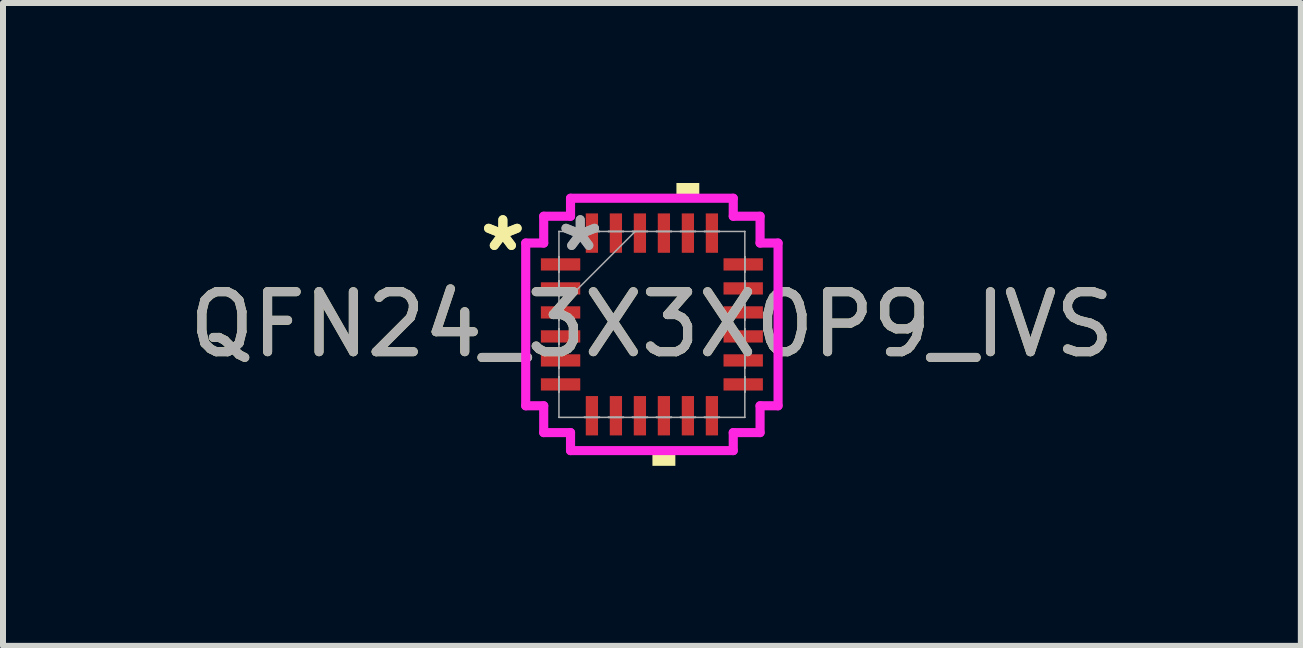
<source format=kicad_pcb>
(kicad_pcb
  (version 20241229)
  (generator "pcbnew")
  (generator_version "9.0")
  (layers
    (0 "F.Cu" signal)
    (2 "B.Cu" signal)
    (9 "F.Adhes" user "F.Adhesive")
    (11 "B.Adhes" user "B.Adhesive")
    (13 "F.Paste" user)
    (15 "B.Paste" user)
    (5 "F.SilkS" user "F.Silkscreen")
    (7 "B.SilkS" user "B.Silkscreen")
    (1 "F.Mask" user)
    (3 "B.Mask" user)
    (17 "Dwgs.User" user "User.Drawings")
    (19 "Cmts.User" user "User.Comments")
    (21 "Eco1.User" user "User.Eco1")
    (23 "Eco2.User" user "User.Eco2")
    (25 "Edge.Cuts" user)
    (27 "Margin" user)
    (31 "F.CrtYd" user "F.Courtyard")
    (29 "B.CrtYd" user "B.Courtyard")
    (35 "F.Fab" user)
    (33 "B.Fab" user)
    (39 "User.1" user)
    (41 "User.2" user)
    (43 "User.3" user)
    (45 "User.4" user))
  (footprint "QFN24_3X3X0P9_IVS"
    (layer "F.Cu")
    (at 7.815 2.357)
    (property "Reference" "QFN24_3X3X0P9_IVS" (at 0 0 0) (unlocked yes) (layer "F.SilkS") (effects (font (size 1 1) (thickness 0.15))))
    (attr smd)
    (fp_poly (pts (xy 0.009 2.103) (xy 0.009 2.357) (xy 0.391 2.357) (xy 0.391 2.103)) (stroke (width 0) (type solid)) (fill yes) (layer "F.SilkS"))
    (fp_poly (pts (xy 0.409 -2.103) (xy 0.409 -2.357) (xy 0.79 -2.357) (xy 0.79 -2.103)) (stroke (width 0) (type solid)) (fill yes) (layer "F.SilkS"))
    (fp_line (start -2.103 -1.356) (end -1.803 -1.356) (stroke (width 0.152) (type solid)) (layer "F.CrtYd"))
    (fp_line (start -2.103 1.356) (end -2.103 -1.356) (stroke (width 0.152) (type solid)) (layer "F.CrtYd"))
    (fp_line (start -1.803 -1.803) (end -1.356 -1.803) (stroke (width 0.152) (type solid)) (layer "F.CrtYd"))
    (fp_line (start -1.803 -1.356) (end -1.803 -1.803) (stroke (width 0.152) (type solid)) (layer "F.CrtYd"))
    (fp_line (start -1.803 1.356) (end -2.103 1.356) (stroke (width 0.152) (type solid)) (layer "F.CrtYd"))
    (fp_line (start -1.803 1.803) (end -1.803 1.356) (stroke (width 0.152) (type solid)) (layer "F.CrtYd"))
    (fp_line (start -1.356 -2.103) (end 1.356 -2.103) (stroke (width 0.152) (type solid)) (layer "F.CrtYd"))
    (fp_line (start -1.356 -1.803) (end -1.356 -2.103) (stroke (width 0.152) (type solid)) (layer "F.CrtYd"))
    (fp_line (start -1.356 1.803) (end -1.803 1.803) (stroke (width 0.152) (type solid)) (layer "F.CrtYd"))
    (fp_line (start -1.356 2.103) (end -1.356 1.803) (stroke (width 0.152) (type solid)) (layer "F.CrtYd"))
    (fp_line (start 1.356 -2.103) (end 1.356 -1.803) (stroke (width 0.152) (type solid)) (layer "F.CrtYd"))
    (fp_line (start 1.356 -1.803) (end 1.803 -1.803) (stroke (width 0.152) (type solid)) (layer "F.CrtYd"))
    (fp_line (start 1.356 1.803) (end 1.356 2.103) (stroke (width 0.152) (type solid)) (layer "F.CrtYd"))
    (fp_line (start 1.356 2.103) (end -1.356 2.103) (stroke (width 0.152) (type solid)) (layer "F.CrtYd"))
    (fp_line (start 1.803 -1.803) (end 1.803 -1.356) (stroke (width 0.152) (type solid)) (layer "F.CrtYd"))
    (fp_line (start 1.803 -1.356) (end 2.103 -1.356) (stroke (width 0.152) (type solid)) (layer "F.CrtYd"))
    (fp_line (start 1.803 1.356) (end 1.803 1.803) (stroke (width 0.152) (type solid)) (layer "F.CrtYd"))
    (fp_line (start 1.803 1.803) (end 1.356 1.803) (stroke (width 0.152) (type solid)) (layer "F.CrtYd"))
    (fp_line (start 2.103 -1.356) (end 2.103 1.356) (stroke (width 0.152) (type solid)) (layer "F.CrtYd"))
    (fp_line (start 2.103 1.356) (end 1.803 1.356) (stroke (width 0.152) (type solid)) (layer "F.CrtYd"))
    (fp_line (start -1.549 -1.549) (end -1.549 -1.549) (stroke (width 0.025) (type solid)) (layer "F.Fab"))
    (fp_line (start -1.549 -1.549) (end -1.549 1.549) (stroke (width 0.025) (type solid)) (layer "F.Fab"))
    (fp_line (start -1.549 -1.127) (end -1.549 -1.127) (stroke (width 0.025) (type solid)) (layer "F.Fab"))
    (fp_line (start -1.549 -1.127) (end -1.549 -0.873) (stroke (width 0.025) (type solid)) (layer "F.Fab"))
    (fp_line (start -1.549 -0.873) (end -1.549 -1.127) (stroke (width 0.025) (type solid)) (layer "F.Fab"))
    (fp_line (start -1.549 -0.873) (end -1.549 -0.873) (stroke (width 0.025) (type solid)) (layer "F.Fab"))
    (fp_line (start -1.549 -0.727) (end -1.549 -0.727) (stroke (width 0.025) (type solid)) (layer "F.Fab"))
    (fp_line (start -1.549 -0.727) (end -1.549 -0.473) (stroke (width 0.025) (type solid)) (layer "F.Fab"))
    (fp_line (start -1.549 -0.473) (end -1.549 -0.727) (stroke (width 0.025) (type solid)) (layer "F.Fab"))
    (fp_line (start -1.549 -0.473) (end -1.549 -0.473) (stroke (width 0.025) (type solid)) (layer "F.Fab"))
    (fp_line (start -1.549 -0.327) (end -1.549 -0.327) (stroke (width 0.025) (type solid)) (layer "F.Fab"))
    (fp_line (start -1.549 -0.327) (end -1.549 -0.073) (stroke (width 0.025) (type solid)) (layer "F.Fab"))
    (fp_line (start -1.549 -0.279) (end -0.279 -1.549) (stroke (width 0.025) (type solid)) (layer "F.Fab"))
    (fp_line (start -1.549 -0.073) (end -1.549 -0.327) (stroke (width 0.025) (type solid)) (layer "F.Fab"))
    (fp_line (start -1.549 -0.073) (end -1.549 -0.073) (stroke (width 0.025) (type solid)) (layer "F.Fab"))
    (fp_line (start -1.549 0.073) (end -1.549 0.073) (stroke (width 0.025) (type solid)) (layer "F.Fab"))
    (fp_line (start -1.549 0.073) (end -1.549 0.327) (stroke (width 0.025) (type solid)) (layer "F.Fab"))
    (fp_line (start -1.549 0.327) (end -1.549 0.073) (stroke (width 0.025) (type solid)) (layer "F.Fab"))
    (fp_line (start -1.549 0.327) (end -1.549 0.327) (stroke (width 0.025) (type solid)) (layer "F.Fab"))
    (fp_line (start -1.549 0.473) (end -1.549 0.473) (stroke (width 0.025) (type solid)) (layer "F.Fab"))
    (fp_line (start -1.549 0.473) (end -1.549 0.727) (stroke (width 0.025) (type solid)) (layer "F.Fab"))
    (fp_line (start -1.549 0.727) (end -1.549 0.473) (stroke (width 0.025) (type solid)) (layer "F.Fab"))
    (fp_line (start -1.549 0.727) (end -1.549 0.727) (stroke (width 0.025) (type solid)) (layer "F.Fab"))
    (fp_line (start -1.549 0.873) (end -1.549 0.873) (stroke (width 0.025) (type solid)) (layer "F.Fab"))
    (fp_line (start -1.549 0.873) (end -1.549 1.127) (stroke (width 0.025) (type solid)) (layer "F.Fab"))
    (fp_line (start -1.549 1.127) (end -1.549 0.873) (stroke (width 0.025) (type solid)) (layer "F.Fab"))
    (fp_line (start -1.549 1.127) (end -1.549 1.127) (stroke (width 0.025) (type solid)) (layer "F.Fab"))
    (fp_line (start -1.549 1.549) (end -1.549 1.549) (stroke (width 0.025) (type solid)) (layer "F.Fab"))
    (fp_line (start -1.549 1.549) (end 1.549 1.549) (stroke (width 0.025) (type solid)) (layer "F.Fab"))
    (fp_line (start -1.127 -1.549) (end -1.127 -1.549) (stroke (width 0.025) (type solid)) (layer "F.Fab"))
    (fp_line (start -1.127 -1.549) (end -0.873 -1.549) (stroke (width 0.025) (type solid)) (layer "F.Fab"))
    (fp_line (start -1.127 1.549) (end -1.127 1.549) (stroke (width 0.025) (type solid)) (layer "F.Fab"))
    (fp_line (start -1.127 1.549) (end -0.873 1.549) (stroke (width 0.025) (type solid)) (layer "F.Fab"))
    (fp_line (start -0.873 -1.549) (end -1.127 -1.549) (stroke (width 0.025) (type solid)) (layer "F.Fab"))
    (fp_line (start -0.873 -1.549) (end -0.873 -1.549) (stroke (width 0.025) (type solid)) (layer "F.Fab"))
    (fp_line (start -0.873 1.549) (end -1.127 1.549) (stroke (width 0.025) (type solid)) (layer "F.Fab"))
    (fp_line (start -0.873 1.549) (end -0.873 1.549) (stroke (width 0.025) (type solid)) (layer "F.Fab"))
    (fp_line (start -0.727 -1.549) (end -0.727 -1.549) (stroke (width 0.025) (type solid)) (layer "F.Fab"))
    (fp_line (start -0.727 -1.549) (end -0.473 -1.549) (stroke (width 0.025) (type solid)) (layer "F.Fab"))
    (fp_line (start -0.727 1.549) (end -0.727 1.549) (stroke (width 0.025) (type solid)) (layer "F.Fab"))
    (fp_line (start -0.727 1.549) (end -0.473 1.549) (stroke (width 0.025) (type solid)) (layer "F.Fab"))
    (fp_line (start -0.473 -1.549) (end -0.727 -1.549) (stroke (width 0.025) (type solid)) (layer "F.Fab"))
    (fp_line (start -0.473 -1.549) (end -0.473 -1.549) (stroke (width 0.025) (type solid)) (layer "F.Fab"))
    (fp_line (start -0.473 1.549) (end -0.727 1.549) (stroke (width 0.025) (type solid)) (layer "F.Fab"))
    (fp_line (start -0.473 1.549) (end -0.473 1.549) (stroke (width 0.025) (type solid)) (layer "F.Fab"))
    (fp_line (start -0.327 -1.549) (end -0.327 -1.549) (stroke (width 0.025) (type solid)) (layer "F.Fab"))
    (fp_line (start -0.327 -1.549) (end -0.073 -1.549) (stroke (width 0.025) (type solid)) (layer "F.Fab"))
    (fp_line (start -0.327 1.549) (end -0.327 1.549) (stroke (width 0.025) (type solid)) (layer "F.Fab"))
    (fp_line (start -0.327 1.549) (end -0.073 1.549) (stroke (width 0.025) (type solid)) (layer "F.Fab"))
    (fp_line (start -0.073 -1.549) (end -0.327 -1.549) (stroke (width 0.025) (type solid)) (layer "F.Fab"))
    (fp_line (start -0.073 -1.549) (end -0.073 -1.549) (stroke (width 0.025) (type solid)) (layer "F.Fab"))
    (fp_line (start -0.073 1.549) (end -0.327 1.549) (stroke (width 0.025) (type solid)) (layer "F.Fab"))
    (fp_line (start -0.073 1.549) (end -0.073 1.549) (stroke (width 0.025) (type solid)) (layer "F.Fab"))
    (fp_line (start 0.073 -1.549) (end 0.073 -1.549) (stroke (width 0.025) (type solid)) (layer "F.Fab"))
    (fp_line (start 0.073 -1.549) (end 0.327 -1.549) (stroke (width 0.025) (type solid)) (layer "F.Fab"))
    (fp_line (start 0.073 1.549) (end 0.073 1.549) (stroke (width 0.025) (type solid)) (layer "F.Fab"))
    (fp_line (start 0.073 1.549) (end 0.327 1.549) (stroke (width 0.025) (type solid)) (layer "F.Fab"))
    (fp_line (start 0.327 -1.549) (end 0.073 -1.549) (stroke (width 0.025) (type solid)) (layer "F.Fab"))
    (fp_line (start 0.327 -1.549) (end 0.327 -1.549) (stroke (width 0.025) (type solid)) (layer "F.Fab"))
    (fp_line (start 0.327 1.549) (end 0.073 1.549) (stroke (width 0.025) (type solid)) (layer "F.Fab"))
    (fp_line (start 0.327 1.549) (end 0.327 1.549) (stroke (width 0.025) (type solid)) (layer "F.Fab"))
    (fp_line (start 0.473 -1.549) (end 0.473 -1.549) (stroke (width 0.025) (type solid)) (layer "F.Fab"))
    (fp_line (start 0.473 -1.549) (end 0.727 -1.549) (stroke (width 0.025) (type solid)) (layer "F.Fab"))
    (fp_line (start 0.473 1.549) (end 0.473 1.549) (stroke (width 0.025) (type solid)) (layer "F.Fab"))
    (fp_line (start 0.473 1.549) (end 0.727 1.549) (stroke (width 0.025) (type solid)) (layer "F.Fab"))
    (fp_line (start 0.727 -1.549) (end 0.473 -1.549) (stroke (width 0.025) (type solid)) (layer "F.Fab"))
    (fp_line (start 0.727 -1.549) (end 0.727 -1.549) (stroke (width 0.025) (type solid)) (layer "F.Fab"))
    (fp_line (start 0.727 1.549) (end 0.473 1.549) (stroke (width 0.025) (type solid)) (layer "F.Fab"))
    (fp_line (start 0.727 1.549) (end 0.727 1.549) (stroke (width 0.025) (type solid)) (layer "F.Fab"))
    (fp_line (start 0.873 -1.549) (end 0.873 -1.549) (stroke (width 0.025) (type solid)) (layer "F.Fab"))
    (fp_line (start 0.873 -1.549) (end 1.127 -1.549) (stroke (width 0.025) (type solid)) (layer "F.Fab"))
    (fp_line (start 0.873 1.549) (end 0.873 1.549) (stroke (width 0.025) (type solid)) (layer "F.Fab"))
    (fp_line (start 0.873 1.549) (end 1.127 1.549) (stroke (width 0.025) (type solid)) (layer "F.Fab"))
    (fp_line (start 1.127 -1.549) (end 0.873 -1.549) (stroke (width 0.025) (type solid)) (layer "F.Fab"))
    (fp_line (start 1.127 -1.549) (end 1.127 -1.549) (stroke (width 0.025) (type solid)) (layer "F.Fab"))
    (fp_line (start 1.127 1.549) (end 0.873 1.549) (stroke (width 0.025) (type solid)) (layer "F.Fab"))
    (fp_line (start 1.127 1.549) (end 1.127 1.549) (stroke (width 0.025) (type solid)) (layer "F.Fab"))
    (fp_line (start 1.549 -1.549) (end -1.549 -1.549) (stroke (width 0.025) (type solid)) (layer "F.Fab"))
    (fp_line (start 1.549 -1.549) (end 1.549 -1.549) (stroke (width 0.025) (type solid)) (layer "F.Fab"))
    (fp_line (start 1.549 -1.127) (end 1.549 -1.127) (stroke (width 0.025) (type solid)) (layer "F.Fab"))
    (fp_line (start 1.549 -1.127) (end 1.549 -0.873) (stroke (width 0.025) (type solid)) (layer "F.Fab"))
    (fp_line (start 1.549 -0.873) (end 1.549 -1.127) (stroke (width 0.025) (type solid)) (layer "F.Fab"))
    (fp_line (start 1.549 -0.873) (end 1.549 -0.873) (stroke (width 0.025) (type solid)) (layer "F.Fab"))
    (fp_line (start 1.549 -0.727) (end 1.549 -0.727) (stroke (width 0.025) (type solid)) (layer "F.Fab"))
    (fp_line (start 1.549 -0.727) (end 1.549 -0.473) (stroke (width 0.025) (type solid)) (layer "F.Fab"))
    (fp_line (start 1.549 -0.473) (end 1.549 -0.727) (stroke (width 0.025) (type solid)) (layer "F.Fab"))
    (fp_line (start 1.549 -0.473) (end 1.549 -0.473) (stroke (width 0.025) (type solid)) (layer "F.Fab"))
    (fp_line (start 1.549 -0.327) (end 1.549 -0.327) (stroke (width 0.025) (type solid)) (layer "F.Fab"))
    (fp_line (start 1.549 -0.327) (end 1.549 -0.073) (stroke (width 0.025) (type solid)) (layer "F.Fab"))
    (fp_line (start 1.549 -0.073) (end 1.549 -0.327) (stroke (width 0.025) (type solid)) (layer "F.Fab"))
    (fp_line (start 1.549 -0.073) (end 1.549 -0.073) (stroke (width 0.025) (type solid)) (layer "F.Fab"))
    (fp_line (start 1.549 0.073) (end 1.549 0.073) (stroke (width 0.025) (type solid)) (layer "F.Fab"))
    (fp_line (start 1.549 0.073) (end 1.549 0.327) (stroke (width 0.025) (type solid)) (layer "F.Fab"))
    (fp_line (start 1.549 0.327) (end 1.549 0.073) (stroke (width 0.025) (type solid)) (layer "F.Fab"))
    (fp_line (start 1.549 0.327) (end 1.549 0.327) (stroke (width 0.025) (type solid)) (layer "F.Fab"))
    (fp_line (start 1.549 0.473) (end 1.549 0.473) (stroke (width 0.025) (type solid)) (layer "F.Fab"))
    (fp_line (start 1.549 0.473) (end 1.549 0.727) (stroke (width 0.025) (type solid)) (layer "F.Fab"))
    (fp_line (start 1.549 0.727) (end 1.549 0.473) (stroke (width 0.025) (type solid)) (layer "F.Fab"))
    (fp_line (start 1.549 0.727) (end 1.549 0.727) (stroke (width 0.025) (type solid)) (layer "F.Fab"))
    (fp_line (start 1.549 0.873) (end 1.549 0.873) (stroke (width 0.025) (type solid)) (layer "F.Fab"))
    (fp_line (start 1.549 0.873) (end 1.549 1.127) (stroke (width 0.025) (type solid)) (layer "F.Fab"))
    (fp_line (start 1.549 1.127) (end 1.549 0.873) (stroke (width 0.025) (type solid)) (layer "F.Fab"))
    (fp_line (start 1.549 1.127) (end 1.549 1.127) (stroke (width 0.025) (type solid)) (layer "F.Fab"))
    (fp_line (start 1.549 1.549) (end 1.549 -1.549) (stroke (width 0.025) (type solid)) (layer "F.Fab"))
    (fp_line (start 1.549 1.549) (end 1.549 1.549) (stroke (width 0.025) (type solid)) (layer "F.Fab"))
    (fp_text user "*" (at -2.484 -1.2 0) (unlocked yes) (layer "F.SilkS") (effects (font (size 1 1) (thickness 0.15))))
    (fp_text user "*" (at -2.484 -1.2 0) (layer "F.SilkS") (effects (font (size 1 1) (thickness 0.15))))
    (fp_text user "*" (at -1.194 -1.2 0) (unlocked yes) (layer "F.Fab") (effects (font (size 1 1) (thickness 0.15))))
    (fp_text user "${REFERENCE}" (at 0 0 0) (unlocked yes) (layer "F.Fab") (effects (font (size 1 1) (thickness 0.15))))
    (fp_text user "*" (at -1.194 -1.2 0) (layer "F.Fab") (effects (font (size 1 1) (thickness 0.15))))
    (pad "1" smd rect (at -1.522 -1 90) (size 0.204 0.656) (layers "F.Cu" "F.Mask" "F.Paste"))
    (pad "2" smd rect (at -1.522 -0.6 90) (size 0.204 0.656) (layers "F.Cu" "F.Mask" "F.Paste"))
    (pad "3" smd rect (at -1.522 -0.2 90) (size 0.204 0.656) (layers "F.Cu" "F.Mask" "F.Paste"))
    (pad "4" smd rect (at -1.522 0.2 90) (size 0.204 0.656) (layers "F.Cu" "F.Mask" "F.Paste"))
    (pad "5" smd rect (at -1.522 0.6 90) (size 0.204 0.656) (layers "F.Cu" "F.Mask" "F.Paste"))
    (pad "6" smd rect (at -1.522 1 90) (size 0.204 0.656) (layers "F.Cu" "F.Mask" "F.Paste"))
    (pad "7" smd rect (at -1 1.522) (size 0.204 0.656) (layers "F.Cu" "F.Mask" "F.Paste"))
    (pad "8" smd rect (at -0.6 1.522) (size 0.204 0.656) (layers "F.Cu" "F.Mask" "F.Paste"))
    (pad "9" smd rect (at -0.2 1.522) (size 0.204 0.656) (layers "F.Cu" "F.Mask" "F.Paste"))
    (pad "10" smd rect (at 0.2 1.522) (size 0.204 0.656) (layers "F.Cu" "F.Mask" "F.Paste"))
    (pad "11" smd rect (at 0.6 1.522) (size 0.204 0.656) (layers "F.Cu" "F.Mask" "F.Paste"))
    (pad "12" smd rect (at 1 1.522) (size 0.204 0.656) (layers "F.Cu" "F.Mask" "F.Paste"))
    (pad "13" smd rect (at 1.522 1 90) (size 0.204 0.656) (layers "F.Cu" "F.Mask" "F.Paste"))
    (pad "14" smd rect (at 1.522 0.6 90) (size 0.204 0.656) (layers "F.Cu" "F.Mask" "F.Paste"))
    (pad "15" smd rect (at 1.522 0.2 90) (size 0.204 0.656) (layers "F.Cu" "F.Mask" "F.Paste"))
    (pad "16" smd rect (at 1.522 -0.2 90) (size 0.204 0.656) (layers "F.Cu" "F.Mask" "F.Paste"))
    (pad "17" smd rect (at 1.522 -0.6 90) (size 0.204 0.656) (layers "F.Cu" "F.Mask" "F.Paste"))
    (pad "18" smd rect (at 1.522 -1 90) (size 0.204 0.656) (layers "F.Cu" "F.Mask" "F.Paste"))
    (pad "19" smd rect (at 1 -1.522) (size 0.204 0.656) (layers "F.Cu" "F.Mask" "F.Paste"))
    (pad "20" smd rect (at 0.6 -1.522) (size 0.204 0.656) (layers "F.Cu" "F.Mask" "F.Paste"))
    (pad "21" smd rect (at 0.2 -1.522) (size 0.204 0.656) (layers "F.Cu" "F.Mask" "F.Paste"))
    (pad "22" smd rect (at -0.2 -1.522) (size 0.204 0.656) (layers "F.Cu" "F.Mask" "F.Paste"))
    (pad "23" smd rect (at -0.6 -1.522) (size 0.204 0.656) (layers "F.Cu" "F.Mask" "F.Paste"))
    (pad "24" smd rect (at -1 -1.522) (size 0.204 0.656) (layers "F.Cu" "F.Mask" "F.Paste"))
    (zone (net_name "") (layer "F.Cu") (hatch full 0.508) (connect_pads) (min_thickness 0.254) (filled_areas_thickness no) (keepout (tracks not_allowed) (vias not_allowed) (pads allowed) (copperpour not_allowed) (footprints allowed)) (placement (enabled no)) (fill) (polygon (pts (xy 7.015 1.557) (xy 8.616 1.557) (xy 8.616 3.157) (xy 7.015 3.157)))))
  (gr_rect
    (start -3 -3)
    (end 18.631 7.715)
    (stroke (width 0.1) (type default))
    (fill no)
    (layer "Edge.Cuts")))
</source>
